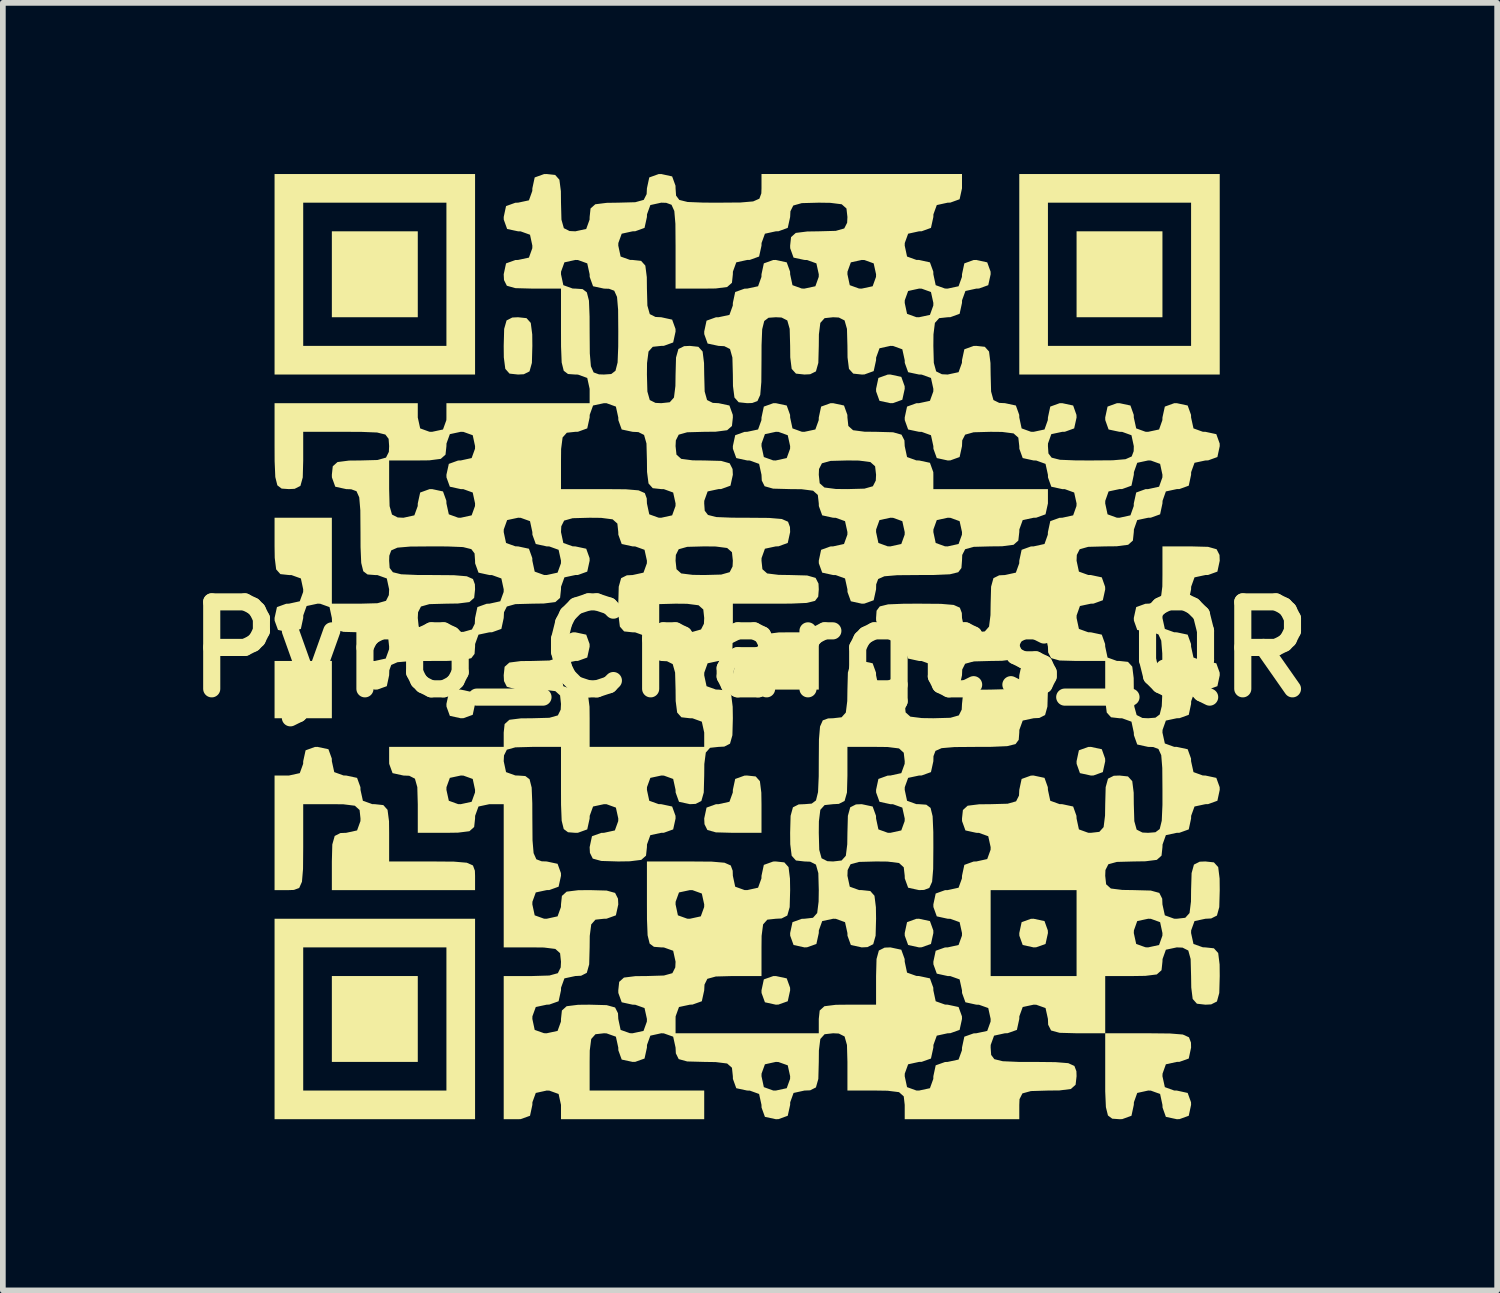
<source format=kicad_pcb>
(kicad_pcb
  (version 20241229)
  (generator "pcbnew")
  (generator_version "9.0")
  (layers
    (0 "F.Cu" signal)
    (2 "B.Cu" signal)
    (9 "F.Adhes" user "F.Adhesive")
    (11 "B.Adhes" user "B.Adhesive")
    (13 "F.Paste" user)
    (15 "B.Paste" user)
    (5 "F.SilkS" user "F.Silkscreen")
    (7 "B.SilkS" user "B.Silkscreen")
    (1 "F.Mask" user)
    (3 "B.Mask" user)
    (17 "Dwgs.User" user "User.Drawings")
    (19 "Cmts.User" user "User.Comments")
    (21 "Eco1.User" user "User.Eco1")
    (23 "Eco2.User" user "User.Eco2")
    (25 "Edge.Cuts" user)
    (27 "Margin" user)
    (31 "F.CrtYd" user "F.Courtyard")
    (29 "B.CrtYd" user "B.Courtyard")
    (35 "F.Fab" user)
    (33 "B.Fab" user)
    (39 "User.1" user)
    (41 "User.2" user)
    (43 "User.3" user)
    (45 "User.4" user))
  (footprint "Pyro_Charges_QR"
    (layer "F.Cu")
    (at 10.095 8.333)
    (property "Reference" "Pyro_Charges_QR" (at 0 0 0) (layer "F.SilkS") (effects (font (size 1.524 1.524) (thickness 0.3))))
    (attr board_only exclude_from_pos_files exclude_from_bom)
    (fp_poly (pts (xy -7.329 1.205) (xy -8.333 1.205) (xy -8.333 0.201) (xy -7.329 0.201)) (stroke (width 0) (type solid)) (fill yes) (layer "F.SilkS"))
    (fp_poly (pts (xy -5.823 -5.823) (xy -7.329 -5.823) (xy -7.329 -7.329) (xy -5.823 -7.329)) (stroke (width 0) (type solid)) (fill yes) (layer "F.SilkS"))
    (fp_poly (pts (xy -5.823 7.228) (xy -7.329 7.228) (xy -7.329 5.723) (xy -5.823 5.723)) (stroke (width 0) (type solid)) (fill yes) (layer "F.SilkS"))
    (fp_poly (pts (xy 7.228 -5.823) (xy 5.723 -5.823) (xy 5.723 -7.329) (xy 7.228 -7.329)) (stroke (width 0) (type solid)) (fill yes) (layer "F.SilkS"))
    (fp_poly (pts (xy -4.819 -4.819) (xy -8.333 -4.819) (xy -8.333 -5.321) (xy -7.831 -5.321) (xy -5.321 -5.321) (xy -5.321 -7.831) (xy -7.831 -7.831) (xy -7.831 -5.321) (xy -8.333 -5.321) (xy -8.333 -8.333) (xy -4.819 -8.333)) (stroke (width 0) (type solid)) (fill yes) (layer "F.SilkS"))
    (fp_poly (pts (xy -4.819 8.232) (xy -8.333 8.232) (xy -8.333 7.73) (xy -7.831 7.73) (xy -5.321 7.73) (xy -5.321 5.221) (xy -7.831 5.221) (xy -7.831 7.73) (xy -8.333 7.73) (xy -8.333 4.719) (xy -4.819 4.719)) (stroke (width 0) (type solid)) (fill yes) (layer "F.SilkS"))
    (fp_poly (pts (xy 8.232 -4.819) (xy 4.719 -4.819) (xy 4.719 -5.321) (xy 5.221 -5.321) (xy 7.73 -5.321) (xy 7.73 -7.831) (xy 5.221 -7.831) (xy 5.221 -5.321) (xy 4.719 -5.321) (xy 4.719 -8.333) (xy 8.232 -8.333)) (stroke (width 0) (type solid)) (fill yes) (layer "F.SilkS"))
    (fp_poly (pts (xy -4.879 0.744) (xy -4.82 0.908) (xy -4.819 0.954) (xy -4.86 1.145) (xy -5.024 1.204) (xy -5.07 1.205) (xy -5.261 1.163) (xy -5.32 1) (xy -5.321 0.954) (xy -5.279 0.763) (xy -5.116 0.704) (xy -5.07 0.703)) (stroke (width 0) (type solid)) (fill yes) (layer "F.SilkS"))
    (fp_poly (pts (xy 0.643 5.764) (xy 0.702 5.927) (xy 0.703 5.974) (xy 0.661 6.165) (xy 0.498 6.223) (xy 0.452 6.225) (xy 0.261 6.183) (xy 0.202 6.02) (xy 0.201 5.974) (xy 0.242 5.782) (xy 0.406 5.724) (xy 0.452 5.723)) (stroke (width 0) (type solid)) (fill yes) (layer "F.SilkS"))
    (fp_poly (pts (xy 2.651 -4.778) (xy 2.71 -4.614) (xy 2.711 -4.568) (xy 2.669 -4.377) (xy 2.506 -4.318) (xy 2.46 -4.317) (xy 2.269 -4.358) (xy 2.21 -4.522) (xy 2.209 -4.568) (xy 2.25 -4.759) (xy 2.413 -4.818) (xy 2.46 -4.819)) (stroke (width 0) (type solid)) (fill yes) (layer "F.SilkS"))
    (fp_poly (pts (xy 3.153 4.76) (xy 3.212 4.923) (xy 3.213 4.97) (xy 3.171 5.161) (xy 3.008 5.219) (xy 2.962 5.221) (xy 2.771 5.179) (xy 2.712 5.016) (xy 2.711 4.97) (xy 2.752 4.779) (xy 2.915 4.72) (xy 2.962 4.719)) (stroke (width 0) (type solid)) (fill yes) (layer "F.SilkS"))
    (fp_poly (pts (xy 5.161 4.76) (xy 5.219 4.923) (xy 5.221 4.97) (xy 5.179 5.161) (xy 5.016 5.219) (xy 4.97 5.221) (xy 4.779 5.179) (xy 4.72 5.016) (xy 4.719 4.97) (xy 4.76 4.779) (xy 4.923 4.72) (xy 4.97 4.719)) (stroke (width 0) (type solid)) (fill yes) (layer "F.SilkS"))
    (fp_poly (pts (xy 6.165 1.748) (xy 6.223 1.911) (xy 6.225 1.958) (xy 6.183 2.149) (xy 6.02 2.208) (xy 5.974 2.209) (xy 5.782 2.167) (xy 5.724 2.004) (xy 5.723 1.958) (xy 5.764 1.767) (xy 5.927 1.708) (xy 5.974 1.707)) (stroke (width 0) (type solid)) (fill yes) (layer "F.SilkS"))
    (fp_poly (pts (xy -3.917 -5.807) (xy -3.843 -5.724) (xy -3.817 -5.522) (xy -3.815 -5.321) (xy -3.823 -5.023) (xy -3.865 -4.874) (xy -3.965 -4.824) (xy -4.066 -4.819) (xy -4.215 -4.835) (xy -4.289 -4.918) (xy -4.315 -5.119) (xy -4.317 -5.321) (xy -4.309 -5.619) (xy -4.267 -5.767) (xy -4.167 -5.818) (xy -4.066 -5.823)) (stroke (width 0) (type solid)) (fill yes) (layer "F.SilkS"))
    (fp_poly (pts (xy 1.205 0.703) (xy 0.452 0.703) (xy 0.069 0.7) (xy -0.156 0.681) (xy -0.264 0.632) (xy -0.298 0.54) (xy -0.301 0.452) (xy -0.26 0.261) (xy -0.096 0.202) (xy -0.05 0.201) (xy 0.141 0.159) (xy 0.2 -0.004) (xy 0.201 -0.05) (xy 0.217 -0.199) (xy 0.3 -0.273) (xy 0.501 -0.299) (xy 0.703 -0.301) (xy 1.205 -0.301)) (stroke (width 0) (type solid)) (fill yes) (layer "F.SilkS"))
    (fp_poly (pts (xy 0.099 2.225) (xy 0.173 2.308) (xy 0.198 2.509) (xy 0.201 2.711) (xy 0.201 3.213) (xy -0.301 3.213) (xy -0.599 3.205) (xy -0.748 3.163) (xy -0.798 3.062) (xy -0.803 2.962) (xy -0.762 2.771) (xy -0.598 2.712) (xy -0.552 2.711) (xy -0.361 2.669) (xy -0.302 2.506) (xy -0.301 2.46) (xy -0.26 2.269) (xy -0.096 2.21) (xy -0.05 2.209)) (stroke (width 0) (type solid)) (fill yes) (layer "F.SilkS"))
    (fp_poly (pts (xy 7.36 6.73) (xy 7.585 6.748) (xy 7.693 6.797) (xy 7.728 6.889) (xy 7.73 6.977) (xy 7.689 7.169) (xy 7.526 7.227) (xy 7.479 7.228) (xy 7.288 7.27) (xy 7.23 7.433) (xy 7.228 7.479) (xy 7.27 7.67) (xy 7.433 7.729) (xy 7.479 7.73) (xy 7.67 7.772) (xy 7.729 7.935) (xy 7.73 7.981) (xy 7.689 8.172) (xy 7.526 8.231) (xy 7.479 8.232) (xy 7.288 8.191) (xy 7.23 8.028) (xy 7.228 7.981) (xy 7.187 7.79) (xy 7.024 7.731) (xy 6.977 7.73) (xy 6.786 7.772) (xy 6.728 7.935) (xy 6.726 7.981) (xy 6.685 8.172) (xy 6.522 8.231) (xy 6.475 8.232) (xy 6.348 8.223) (xy 6.273 8.167) (xy 6.237 8.021) (xy 6.225 7.744) (xy 6.225 7.479) (xy 6.225 6.726) (xy 6.977 6.726)) (stroke (width 0) (type solid)) (fill yes) (layer "F.SilkS"))
    (fp_poly (pts (xy -7.389 1.748) (xy -7.33 1.911) (xy -7.329 1.958) (xy -7.287 2.149) (xy -7.124 2.208) (xy -7.078 2.209) (xy -6.887 2.25) (xy -6.828 2.413) (xy -6.827 2.46) (xy -6.785 2.651) (xy -6.622 2.71) (xy -6.576 2.711) (xy -6.427 2.727) (xy -6.353 2.81) (xy -6.327 3.011) (xy -6.325 3.213) (xy -6.325 3.715) (xy -5.572 3.715) (xy -5.189 3.718) (xy -4.964 3.737) (xy -4.856 3.785) (xy -4.822 3.877) (xy -4.819 3.966) (xy -4.819 4.217) (xy -7.329 4.217) (xy -7.329 3.715) (xy -7.321 3.417) (xy -7.279 3.268) (xy -7.179 3.217) (xy -7.078 3.213) (xy -6.887 3.171) (xy -6.828 3.008) (xy -6.827 2.962) (xy -6.843 2.813) (xy -6.926 2.738) (xy -7.127 2.713) (xy -7.329 2.711) (xy -7.831 2.711) (xy -7.831 3.464) (xy -7.834 3.847) (xy -7.853 4.071) (xy -7.901 4.179) (xy -7.994 4.214) (xy -8.082 4.217) (xy -8.333 4.217) (xy -8.333 2.209) (xy -8.082 2.209) (xy -7.891 2.167) (xy -7.832 2.004) (xy -7.831 1.958) (xy -7.789 1.767) (xy -7.626 1.708) (xy -7.58 1.707)) (stroke (width 0) (type solid)) (fill yes) (layer "F.SilkS"))
    (fp_poly (pts (xy 1.647 -4.276) (xy 1.706 -4.112) (xy 1.707 -4.066) (xy 1.723 -3.917) (xy 1.806 -3.843) (xy 2.007 -3.817) (xy 2.209 -3.815) (xy 2.507 -3.807) (xy 2.655 -3.765) (xy 2.706 -3.665) (xy 2.711 -3.564) (xy 2.752 -3.373) (xy 2.915 -3.314) (xy 2.962 -3.313) (xy 3.153 -3.272) (xy 3.212 -3.108) (xy 3.213 -3.062) (xy 3.213 -2.811) (xy 5.221 -2.811) (xy 5.221 -2.56) (xy 5.179 -2.369) (xy 5.016 -2.31) (xy 4.97 -2.309) (xy 4.779 -2.268) (xy 4.72 -2.104) (xy 4.719 -2.058) (xy 4.702 -1.909) (xy 4.619 -1.835) (xy 4.418 -1.809) (xy 4.217 -1.807) (xy 3.919 -1.799) (xy 3.77 -1.757) (xy 3.719 -1.657) (xy 3.715 -1.556) (xy 3.705 -1.428) (xy 3.649 -1.354) (xy 3.503 -1.318) (xy 3.226 -1.306) (xy 2.962 -1.305) (xy 2.579 -1.302) (xy 2.354 -1.283) (xy 2.246 -1.235) (xy 2.211 -1.142) (xy 2.209 -1.054) (xy 2.167 -0.863) (xy 2.004 -0.804) (xy 1.958 -0.803) (xy 1.767 -0.845) (xy 1.708 -1.008) (xy 1.707 -1.054) (xy 1.665 -1.245) (xy 1.502 -1.304) (xy 1.456 -1.305) (xy 1.265 -1.347) (xy 1.206 -1.51) (xy 1.205 -1.556) (xy 1.246 -1.747) (xy 1.409 -1.806) (xy 1.456 -1.807) (xy 1.647 -1.849) (xy 1.706 -2.012) (xy 1.707 -2.058) (xy 2.209 -2.058) (xy 2.25 -1.867) (xy 2.413 -1.808) (xy 2.46 -1.807) (xy 2.651 -1.849) (xy 2.71 -2.012) (xy 2.711 -2.058) (xy 3.213 -2.058) (xy 3.254 -1.867) (xy 3.417 -1.808) (xy 3.464 -1.807) (xy 3.655 -1.849) (xy 3.714 -2.012) (xy 3.715 -2.058) (xy 3.673 -2.249) (xy 3.51 -2.308) (xy 3.464 -2.309) (xy 3.273 -2.268) (xy 3.214 -2.104) (xy 3.213 -2.058) (xy 2.711 -2.058) (xy 2.669 -2.249) (xy 2.506 -2.308) (xy 2.46 -2.309) (xy 2.269 -2.268) (xy 2.21 -2.104) (xy 2.209 -2.058) (xy 1.707 -2.058) (xy 1.665 -2.249) (xy 1.502 -2.308) (xy 1.456 -2.309) (xy 1.265 -2.351) (xy 1.206 -2.514) (xy 1.205 -2.56) (xy 1.188 -2.709) (xy 1.105 -2.783) (xy 0.904 -2.809) (xy 0.703 -2.811) (xy 0.405 -2.819) (xy 0.256 -2.861) (xy 0.206 -2.961) (xy 0.201 -3.062) (xy 1.205 -3.062) (xy 1.221 -2.913) (xy 1.304 -2.839) (xy 1.505 -2.813) (xy 1.707 -2.811) (xy 2.005 -2.819) (xy 2.153 -2.861) (xy 2.204 -2.961) (xy 2.209 -3.062) (xy 2.192 -3.211) (xy 2.109 -3.285) (xy 1.908 -3.311) (xy 1.707 -3.313) (xy 1.409 -3.305) (xy 1.26 -3.263) (xy 1.209 -3.163) (xy 1.205 -3.062) (xy 0.201 -3.062) (xy 0.159 -3.253) (xy -0.004 -3.312) (xy -0.05 -3.313) (xy -0.241 -3.355) (xy -0.3 -3.518) (xy -0.301 -3.564) (xy 0.201 -3.564) (xy 0.242 -3.373) (xy 0.406 -3.314) (xy 0.452 -3.313) (xy 0.643 -3.355) (xy 0.702 -3.518) (xy 0.703 -3.564) (xy 0.661 -3.755) (xy 0.498 -3.814) (xy 0.452 -3.815) (xy 0.261 -3.774) (xy 0.202 -3.61) (xy 0.201 -3.564) (xy -0.301 -3.564) (xy -0.26 -3.755) (xy -0.096 -3.814) (xy -0.05 -3.815) (xy 0.141 -3.856) (xy 0.2 -4.02) (xy 0.201 -4.066) (xy 0.242 -4.257) (xy 0.406 -4.316) (xy 0.452 -4.317) (xy 0.643 -4.276) (xy 0.702 -4.112) (xy 0.703 -4.066) (xy 0.744 -3.875) (xy 0.908 -3.816) (xy 0.954 -3.815) (xy 1.145 -3.856) (xy 1.204 -4.02) (xy 1.205 -4.066) (xy 1.246 -4.257) (xy 1.409 -4.316) (xy 1.456 -4.317)) (stroke (width 0) (type solid)) (fill yes) (layer "F.SilkS"))
    (fp_poly (pts (xy 5.119 0.217) (xy 5.193 0.3) (xy 5.218 0.501) (xy 5.221 0.703) (xy 5.212 1.001) (xy 5.171 1.149) (xy 5.07 1.2) (xy 4.97 1.205) (xy 4.779 1.246) (xy 4.72 1.409) (xy 4.719 1.456) (xy 4.709 1.583) (xy 4.653 1.658) (xy 4.507 1.694) (xy 4.23 1.706) (xy 3.966 1.707) (xy 3.583 1.71) (xy 3.358 1.729) (xy 3.25 1.777) (xy 3.215 1.87) (xy 3.213 1.958) (xy 3.171 2.149) (xy 3.008 2.208) (xy 2.962 2.209) (xy 2.771 2.25) (xy 2.712 2.413) (xy 2.711 2.46) (xy 2.752 2.651) (xy 2.915 2.71) (xy 2.962 2.711) (xy 3.089 2.72) (xy 3.164 2.776) (xy 3.2 2.922) (xy 3.212 3.199) (xy 3.213 3.464) (xy 3.21 3.847) (xy 3.191 4.071) (xy 3.142 4.179) (xy 3.05 4.214) (xy 2.962 4.217) (xy 2.771 4.175) (xy 2.712 4.012) (xy 2.711 3.966) (xy 2.694 3.817) (xy 2.611 3.742) (xy 2.41 3.717) (xy 2.209 3.715) (xy 1.911 3.723) (xy 1.762 3.764) (xy 1.711 3.865) (xy 1.707 3.966) (xy 1.748 4.157) (xy 1.911 4.216) (xy 1.958 4.217) (xy 2.107 4.233) (xy 2.181 4.316) (xy 2.206 4.517) (xy 2.209 4.719) (xy 2.201 5.016) (xy 2.159 5.165) (xy 2.058 5.216) (xy 1.958 5.221) (xy 1.767 5.179) (xy 1.708 5.016) (xy 1.707 4.97) (xy 1.665 4.779) (xy 1.502 4.72) (xy 1.456 4.719) (xy 1.265 4.76) (xy 1.206 4.923) (xy 1.205 4.97) (xy 1.163 5.161) (xy 1 5.219) (xy 0.954 5.221) (xy 0.763 5.179) (xy 0.704 5.016) (xy 0.703 4.97) (xy 0.744 4.779) (xy 0.908 4.72) (xy 0.954 4.719) (xy 1.103 4.702) (xy 1.177 4.619) (xy 1.202 4.418) (xy 1.205 4.217) (xy 1.197 3.919) (xy 1.155 3.77) (xy 1.054 3.719) (xy 0.954 3.715) (xy 0.805 3.698) (xy 0.73 3.615) (xy 0.705 3.414) (xy 0.703 3.213) (xy 1.205 3.213) (xy 1.213 3.511) (xy 1.254 3.659) (xy 1.355 3.71) (xy 1.456 3.715) (xy 1.605 3.698) (xy 1.679 3.615) (xy 1.704 3.414) (xy 1.707 3.213) (xy 1.715 2.915) (xy 1.756 2.766) (xy 1.857 2.715) (xy 1.958 2.711) (xy 2.149 2.752) (xy 2.208 2.915) (xy 2.209 2.962) (xy 2.25 3.153) (xy 2.413 3.212) (xy 2.46 3.213) (xy 2.651 3.171) (xy 2.71 3.008) (xy 2.711 2.962) (xy 2.669 2.771) (xy 2.506 2.712) (xy 2.46 2.711) (xy 2.269 2.669) (xy 2.21 2.506) (xy 2.209 2.46) (xy 2.25 2.269) (xy 2.413 2.21) (xy 2.46 2.209) (xy 2.651 2.167) (xy 2.71 2.004) (xy 2.711 1.958) (xy 2.694 1.809) (xy 2.611 1.734) (xy 2.41 1.709) (xy 2.209 1.707) (xy 1.707 1.707) (xy 1.707 2.209) (xy 1.699 2.507) (xy 1.657 2.655) (xy 1.556 2.706) (xy 1.456 2.711) (xy 1.307 2.727) (xy 1.232 2.81) (xy 1.207 3.011) (xy 1.205 3.213) (xy 0.703 3.213) (xy 0.711 2.915) (xy 0.752 2.766) (xy 0.853 2.715) (xy 0.954 2.711) (xy 1.081 2.701) (xy 1.156 2.645) (xy 1.192 2.499) (xy 1.204 2.222) (xy 1.205 1.958) (xy 1.208 1.575) (xy 1.227 1.35) (xy 1.275 1.242) (xy 1.368 1.208) (xy 1.456 1.205) (xy 1.605 1.188) (xy 1.679 1.105) (xy 1.704 0.904) (xy 1.707 0.703) (xy 1.715 0.405) (xy 1.756 0.256) (xy 1.857 0.206) (xy 1.958 0.201) (xy 2.149 0.242) (xy 2.208 0.406) (xy 2.209 0.452) (xy 2.25 0.643) (xy 2.413 0.702) (xy 2.46 0.703) (xy 2.651 0.744) (xy 2.71 0.908) (xy 2.711 0.954) (xy 2.727 1.103) (xy 2.81 1.177) (xy 3.011 1.202) (xy 3.213 1.205) (xy 3.511 1.197) (xy 3.659 1.155) (xy 3.71 1.054) (xy 3.715 0.954) (xy 3.731 0.805) (xy 3.814 0.73) (xy 4.015 0.705) (xy 4.217 0.703) (xy 4.515 0.695) (xy 4.663 0.653) (xy 4.714 0.553) (xy 4.719 0.452) (xy 4.76 0.261) (xy 4.923 0.202) (xy 4.97 0.201)) (stroke (width 0) (type solid)) (fill yes) (layer "F.SilkS"))
    (fp_poly (pts (xy 3.715 -8.082) (xy 3.673 -7.891) (xy 3.51 -7.832) (xy 3.464 -7.831) (xy 3.273 -7.789) (xy 3.214 -7.626) (xy 3.213 -7.58) (xy 3.171 -7.389) (xy 3.008 -7.33) (xy 2.962 -7.329) (xy 2.771 -7.287) (xy 2.712 -7.124) (xy 2.711 -7.078) (xy 2.752 -6.887) (xy 2.915 -6.828) (xy 2.962 -6.827) (xy 3.153 -6.785) (xy 3.212 -6.622) (xy 3.213 -6.576) (xy 3.254 -6.385) (xy 3.417 -6.326) (xy 3.464 -6.325) (xy 3.655 -6.366) (xy 3.714 -6.53) (xy 3.715 -6.576) (xy 3.756 -6.767) (xy 3.919 -6.826) (xy 3.966 -6.827) (xy 4.157 -6.785) (xy 4.216 -6.622) (xy 4.217 -6.576) (xy 4.175 -6.385) (xy 4.012 -6.326) (xy 3.966 -6.325) (xy 3.775 -6.283) (xy 3.716 -6.12) (xy 3.715 -6.074) (xy 3.673 -5.883) (xy 3.51 -5.824) (xy 3.464 -5.823) (xy 3.315 -5.807) (xy 3.24 -5.724) (xy 3.215 -5.522) (xy 3.213 -5.321) (xy 3.221 -5.023) (xy 3.262 -4.874) (xy 3.363 -4.824) (xy 3.464 -4.819) (xy 3.655 -4.86) (xy 3.714 -5.024) (xy 3.715 -5.07) (xy 3.756 -5.261) (xy 3.919 -5.32) (xy 3.966 -5.321) (xy 4.115 -5.305) (xy 4.189 -5.222) (xy 4.214 -5.02) (xy 4.217 -4.819) (xy 4.225 -4.521) (xy 4.266 -4.372) (xy 4.367 -4.322) (xy 4.468 -4.317) (xy 4.659 -4.276) (xy 4.718 -4.112) (xy 4.719 -4.066) (xy 4.76 -3.875) (xy 4.923 -3.816) (xy 4.97 -3.815) (xy 5.161 -3.856) (xy 5.219 -4.02) (xy 5.221 -4.066) (xy 5.262 -4.257) (xy 5.425 -4.316) (xy 5.472 -4.317) (xy 5.663 -4.276) (xy 5.721 -4.112) (xy 5.723 -4.066) (xy 5.681 -3.875) (xy 5.518 -3.816) (xy 5.472 -3.815) (xy 5.28 -3.774) (xy 5.222 -3.61) (xy 5.221 -3.564) (xy 5.23 -3.436) (xy 5.286 -3.362) (xy 5.432 -3.325) (xy 5.709 -3.314) (xy 5.974 -3.313) (xy 6.357 -3.316) (xy 6.581 -3.335) (xy 6.689 -3.383) (xy 6.724 -3.476) (xy 6.726 -3.564) (xy 6.685 -3.755) (xy 6.522 -3.814) (xy 6.475 -3.815) (xy 6.284 -3.856) (xy 6.226 -4.02) (xy 6.225 -4.066) (xy 6.266 -4.257) (xy 6.429 -4.316) (xy 6.475 -4.317) (xy 6.667 -4.276) (xy 6.725 -4.112) (xy 6.726 -4.066) (xy 6.768 -3.875) (xy 6.931 -3.816) (xy 6.977 -3.815) (xy 7.169 -3.856) (xy 7.227 -4.02) (xy 7.228 -4.066) (xy 7.27 -4.257) (xy 7.433 -4.316) (xy 7.479 -4.317) (xy 7.67 -4.276) (xy 7.729 -4.112) (xy 7.73 -4.066) (xy 7.772 -3.875) (xy 7.935 -3.816) (xy 7.981 -3.815) (xy 8.172 -3.774) (xy 8.231 -3.61) (xy 8.232 -3.564) (xy 8.191 -3.373) (xy 8.028 -3.314) (xy 7.981 -3.313) (xy 7.79 -3.272) (xy 7.731 -3.108) (xy 7.73 -3.062) (xy 7.689 -2.871) (xy 7.526 -2.812) (xy 7.479 -2.811) (xy 7.288 -2.77) (xy 7.23 -2.606) (xy 7.228 -2.56) (xy 7.187 -2.369) (xy 7.024 -2.31) (xy 6.977 -2.309) (xy 6.786 -2.268) (xy 6.728 -2.104) (xy 6.726 -2.058) (xy 6.71 -1.909) (xy 6.627 -1.835) (xy 6.426 -1.809) (xy 6.225 -1.807) (xy 5.927 -1.799) (xy 5.778 -1.757) (xy 5.727 -1.657) (xy 5.723 -1.556) (xy 5.764 -1.365) (xy 5.927 -1.306) (xy 5.974 -1.305) (xy 6.165 -1.264) (xy 6.223 -1.1) (xy 6.225 -1.054) (xy 6.183 -0.863) (xy 6.02 -0.804) (xy 5.974 -0.803) (xy 5.782 -0.762) (xy 5.724 -0.598) (xy 5.723 -0.552) (xy 5.764 -0.361) (xy 5.927 -0.302) (xy 5.974 -0.301) (xy 6.165 -0.26) (xy 6.223 -0.096) (xy 6.225 -0.05) (xy 6.266 0.141) (xy 6.429 0.2) (xy 6.475 0.201) (xy 6.624 0.217) (xy 6.699 0.3) (xy 6.724 0.501) (xy 6.726 0.703) (xy 6.735 1.001) (xy 6.776 1.149) (xy 6.877 1.2) (xy 6.977 1.205) (xy 7.105 1.195) (xy 7.18 1.139) (xy 7.216 0.993) (xy 7.228 0.716) (xy 7.228 0.452) (xy 7.225 0.069) (xy 7.207 -0.156) (xy 7.158 -0.264) (xy 7.066 -0.298) (xy 6.977 -0.301) (xy 6.786 -0.343) (xy 6.728 -0.506) (xy 6.726 -0.552) (xy 6.768 -0.743) (xy 6.931 -0.802) (xy 6.977 -0.803) (xy 7.126 -0.819) (xy 7.201 -0.902) (xy 7.226 -1.104) (xy 7.228 -1.305) (xy 7.228 -1.807) (xy 7.73 -1.807) (xy 8.028 -1.799) (xy 8.177 -1.757) (xy 8.228 -1.657) (xy 8.232 -1.556) (xy 8.191 -1.365) (xy 8.028 -1.306) (xy 7.981 -1.305) (xy 7.79 -1.264) (xy 7.731 -1.1) (xy 7.73 -1.054) (xy 7.689 -0.863) (xy 7.526 -0.804) (xy 7.479 -0.803) (xy 7.288 -0.762) (xy 7.23 -0.598) (xy 7.228 -0.552) (xy 7.27 -0.361) (xy 7.433 -0.302) (xy 7.479 -0.301) (xy 7.67 -0.26) (xy 7.729 -0.096) (xy 7.73 -0.05) (xy 7.772 0.141) (xy 7.935 0.2) (xy 7.981 0.201) (xy 8.172 0.242) (xy 8.231 0.406) (xy 8.232 0.452) (xy 8.191 0.643) (xy 8.028 0.702) (xy 7.981 0.703) (xy 7.79 0.744) (xy 7.731 0.908) (xy 7.73 0.954) (xy 7.689 1.145) (xy 7.526 1.204) (xy 7.479 1.205) (xy 7.288 1.246) (xy 7.23 1.409) (xy 7.228 1.456) (xy 7.27 1.647) (xy 7.433 1.706) (xy 7.479 1.707) (xy 7.67 1.748) (xy 7.729 1.911) (xy 7.73 1.958) (xy 7.772 2.149) (xy 7.935 2.208) (xy 7.981 2.209) (xy 8.172 2.25) (xy 8.231 2.413) (xy 8.232 2.46) (xy 8.191 2.651) (xy 8.028 2.71) (xy 7.981 2.711) (xy 7.79 2.752) (xy 7.731 2.915) (xy 7.73 2.962) (xy 7.689 3.153) (xy 7.526 3.212) (xy 7.479 3.213) (xy 7.288 3.254) (xy 7.23 3.417) (xy 7.228 3.464) (xy 7.212 3.613) (xy 7.129 3.687) (xy 6.928 3.712) (xy 6.726 3.715) (xy 6.429 3.723) (xy 6.28 3.764) (xy 6.229 3.865) (xy 6.225 3.966) (xy 6.241 4.115) (xy 6.324 4.189) (xy 6.525 4.214) (xy 6.726 4.217) (xy 7.024 4.225) (xy 7.173 4.266) (xy 7.224 4.367) (xy 7.228 4.468) (xy 7.27 4.659) (xy 7.433 4.718) (xy 7.479 4.719) (xy 7.628 4.702) (xy 7.703 4.619) (xy 7.728 4.418) (xy 7.73 4.217) (xy 7.739 3.919) (xy 7.78 3.77) (xy 7.881 3.719) (xy 7.981 3.715) (xy 8.13 3.731) (xy 8.205 3.814) (xy 8.23 4.015) (xy 8.232 4.217) (xy 8.224 4.515) (xy 8.183 4.663) (xy 8.082 4.714) (xy 7.981 4.719) (xy 7.79 4.76) (xy 7.731 4.923) (xy 7.73 4.97) (xy 7.772 5.161) (xy 7.935 5.219) (xy 7.981 5.221) (xy 8.13 5.237) (xy 8.205 5.32) (xy 8.23 5.521) (xy 8.232 5.723) (xy 8.224 6.02) (xy 8.183 6.169) (xy 8.082 6.22) (xy 7.981 6.225) (xy 7.832 6.208) (xy 7.758 6.125) (xy 7.733 5.924) (xy 7.73 5.723) (xy 7.722 5.425) (xy 7.681 5.276) (xy 7.58 5.225) (xy 7.479 5.221) (xy 7.288 5.262) (xy 7.23 5.425) (xy 7.228 5.472) (xy 7.212 5.621) (xy 7.129 5.695) (xy 6.928 5.72) (xy 6.726 5.723) (xy 6.225 5.723) (xy 6.225 6.726) (xy 5.723 6.726) (xy 5.425 6.718) (xy 5.276 6.677) (xy 5.225 6.576) (xy 5.221 6.475) (xy 5.179 6.284) (xy 5.016 6.226) (xy 4.97 6.225) (xy 4.779 6.266) (xy 4.72 6.429) (xy 4.719 6.475) (xy 4.677 6.667) (xy 4.514 6.725) (xy 4.468 6.726) (xy 4.277 6.768) (xy 4.218 6.931) (xy 4.217 6.977) (xy 4.226 7.105) (xy 4.282 7.18) (xy 4.428 7.216) (xy 4.705 7.228) (xy 4.97 7.228) (xy 5.353 7.232) (xy 5.577 7.25) (xy 5.685 7.299) (xy 5.72 7.391) (xy 5.723 7.479) (xy 5.706 7.628) (xy 5.623 7.703) (xy 5.422 7.728) (xy 5.221 7.73) (xy 4.923 7.739) (xy 4.774 7.78) (xy 4.723 7.881) (xy 4.719 7.981) (xy 4.719 8.232) (xy 2.711 8.232) (xy 2.711 7.981) (xy 2.694 7.832) (xy 2.611 7.758) (xy 2.41 7.733) (xy 2.209 7.73) (xy 1.707 7.73) (xy 1.707 7.228) (xy 1.699 6.931) (xy 1.657 6.782) (xy 1.556 6.731) (xy 1.456 6.726) (xy 1.307 6.743) (xy 1.232 6.826) (xy 1.207 7.027) (xy 1.205 7.228) (xy 1.197 7.526) (xy 1.155 7.675) (xy 1.054 7.726) (xy 0.954 7.73) (xy 0.763 7.772) (xy 0.704 7.935) (xy 0.703 7.981) (xy 0.661 8.172) (xy 0.498 8.231) (xy 0.452 8.232) (xy 0.261 8.191) (xy 0.202 8.028) (xy 0.201 7.981) (xy 0.159 7.79) (xy -0.004 7.731) (xy -0.05 7.73) (xy -0.241 7.689) (xy -0.3 7.526) (xy -0.301 7.479) (xy 0.201 7.479) (xy 0.242 7.67) (xy 0.406 7.729) (xy 0.452 7.73) (xy 0.643 7.689) (xy 0.702 7.526) (xy 0.703 7.479) (xy 0.661 7.288) (xy 0.498 7.23) (xy 0.452 7.228) (xy 0.261 7.27) (xy 0.202 7.433) (xy 0.201 7.479) (xy -0.301 7.479) (xy -0.317 7.33) (xy -0.401 7.256) (xy -0.602 7.231) (xy -0.803 7.228) (xy -1.101 7.22) (xy -1.25 7.179) (xy -1.3 7.078) (xy -1.305 6.977) (xy -1.347 6.786) (xy -1.51 6.728) (xy -1.556 6.726) (xy -1.747 6.768) (xy -1.806 6.931) (xy -1.807 6.977) (xy -1.849 7.169) (xy -2.012 7.227) (xy -2.058 7.228) (xy -2.249 7.187) (xy -2.308 7.024) (xy -2.309 6.977) (xy -2.351 6.786) (xy -2.514 6.728) (xy -2.56 6.726) (xy -2.709 6.743) (xy -2.783 6.826) (xy -2.809 7.027) (xy -2.811 7.228) (xy -2.811 7.73) (xy -0.803 7.73) (xy -0.803 8.232) (xy -3.313 8.232) (xy -3.313 7.981) (xy -3.355 7.79) (xy -3.518 7.731) (xy -3.564 7.73) (xy -3.755 7.772) (xy -3.814 7.935) (xy -3.815 7.981) (xy -3.856 8.172) (xy -4.02 8.231) (xy -4.066 8.232) (xy -4.317 8.232) (xy -4.317 5.723) (xy -3.815 5.723) (xy -3.517 5.714) (xy -3.368 5.673) (xy -3.318 5.572) (xy -3.313 5.472) (xy -3.329 5.323) (xy -3.412 5.248) (xy -3.614 5.223) (xy -3.815 5.221) (xy -4.317 5.221) (xy -4.317 2.711) (xy -4.568 2.711) (xy -4.759 2.752) (xy -4.818 2.915) (xy -4.819 2.962) (xy -4.835 3.111) (xy -4.918 3.185) (xy -5.119 3.21) (xy -5.321 3.213) (xy -5.823 3.213) (xy -5.823 2.711) (xy -5.83 2.46) (xy -5.321 2.46) (xy -5.279 2.651) (xy -5.116 2.71) (xy -5.07 2.711) (xy -4.879 2.669) (xy -4.82 2.506) (xy -4.819 2.46) (xy -4.86 2.269) (xy -5.024 2.21) (xy -5.07 2.209) (xy -5.261 2.25) (xy -5.32 2.413) (xy -5.321 2.46) (xy -5.83 2.46) (xy -5.831 2.413) (xy -5.873 2.264) (xy -5.973 2.213) (xy -6.074 2.209) (xy -6.265 2.167) (xy -6.324 2.004) (xy -6.325 1.958) (xy -4.317 1.958) (xy -4.276 2.149) (xy -4.112 2.208) (xy -4.066 2.209) (xy -3.938 2.218) (xy -3.864 2.274) (xy -3.827 2.42) (xy -3.816 2.697) (xy -3.815 2.962) (xy -3.812 3.345) (xy -3.793 3.569) (xy -3.745 3.677) (xy -3.652 3.712) (xy -3.564 3.715) (xy -3.373 3.756) (xy -3.314 3.919) (xy -3.313 3.966) (xy -3.355 4.157) (xy -3.518 4.216) (xy -3.564 4.217) (xy -3.755 4.258) (xy -3.814 4.421) (xy -3.815 4.468) (xy -3.774 4.659) (xy -3.61 4.718) (xy -3.564 4.719) (xy -3.373 4.677) (xy -3.314 4.514) (xy -3.313 4.468) (xy -3.297 4.319) (xy -3.214 4.244) (xy -3.013 4.219) (xy -2.811 4.217) (xy -2.513 4.225) (xy -2.365 4.266) (xy -2.314 4.367) (xy -2.309 4.468) (xy -2.351 4.659) (xy -2.514 4.718) (xy -2.56 4.719) (xy -2.709 4.735) (xy -2.783 4.818) (xy -2.809 5.019) (xy -2.811 5.221) (xy -2.819 5.518) (xy -2.861 5.667) (xy -2.961 5.718) (xy -3.062 5.723) (xy -3.253 5.764) (xy -3.312 5.927) (xy -3.313 5.974) (xy -3.355 6.165) (xy -3.518 6.223) (xy -3.564 6.225) (xy -3.755 6.266) (xy -3.814 6.429) (xy -3.815 6.475) (xy -3.774 6.667) (xy -3.61 6.725) (xy -3.564 6.726) (xy -3.373 6.685) (xy -3.314 6.522) (xy -3.313 6.475) (xy -3.297 6.327) (xy -3.214 6.252) (xy -3.013 6.227) (xy -2.811 6.225) (xy -2.513 6.233) (xy -2.365 6.274) (xy -2.314 6.375) (xy -2.309 6.475) (xy -2.268 6.667) (xy -2.104 6.725) (xy -2.058 6.726) (xy -1.867 6.685) (xy -1.808 6.522) (xy -1.807 6.475) (xy -1.849 6.284) (xy -2.012 6.226) (xy -2.058 6.225) (xy -2.249 6.183) (xy -2.308 6.02) (xy -2.309 5.974) (xy -2.293 5.825) (xy -2.21 5.75) (xy -2.009 5.725) (xy -1.807 5.723) (xy -1.509 5.714) (xy -1.361 5.673) (xy -1.31 5.572) (xy -1.305 5.472) (xy -1.347 5.28) (xy -1.51 5.222) (xy -1.556 5.221) (xy -1.684 5.211) (xy -1.759 5.155) (xy -1.795 5.009) (xy -1.806 4.732) (xy -1.807 4.468) (xy -1.305 4.468) (xy -1.264 4.659) (xy -1.1 4.718) (xy -1.054 4.719) (xy -0.863 4.677) (xy -0.804 4.514) (xy -0.803 4.468) (xy -0.845 4.277) (xy -1.008 4.218) (xy -1.054 4.217) (xy -1.245 4.258) (xy -1.304 4.421) (xy -1.305 4.468) (xy -1.807 4.468) (xy -1.807 3.715) (xy -1.054 3.715) (xy -0.671 3.718) (xy -0.447 3.737) (xy -0.338 3.785) (xy -0.304 3.877) (xy -0.301 3.966) (xy -0.26 4.157) (xy -0.096 4.216) (xy -0.05 4.217) (xy 0.141 4.175) (xy 0.2 4.012) (xy 0.201 3.966) (xy 0.242 3.775) (xy 0.406 3.716) (xy 0.452 3.715) (xy 0.601 3.731) (xy 0.675 3.814) (xy 0.7 4.015) (xy 0.703 4.217) (xy 0.695 4.515) (xy 0.653 4.663) (xy 0.553 4.714) (xy 0.452 4.719) (xy 0.303 4.735) (xy 0.229 4.818) (xy 0.203 5.019) (xy 0.201 5.221) (xy 0.201 5.723) (xy -0.301 5.723) (xy -0.599 5.731) (xy -0.748 5.772) (xy -0.798 5.873) (xy -0.803 5.974) (xy -0.845 6.165) (xy -1.008 6.223) (xy -1.054 6.225) (xy -1.245 6.266) (xy -1.304 6.429) (xy -1.305 6.475) (xy -1.305 6.726) (xy 1.205 6.726) (xy 1.205 6.475) (xy 1.221 6.327) (xy 1.304 6.252) (xy 1.505 6.227) (xy 1.707 6.225) (xy 2.209 6.225) (xy 2.209 5.723) (xy 2.217 5.425) (xy 2.258 5.276) (xy 2.359 5.225) (xy 2.46 5.221) (xy 2.651 5.262) (xy 2.71 5.425) (xy 2.711 5.472) (xy 2.752 5.663) (xy 2.915 5.721) (xy 2.962 5.723) (xy 3.153 5.764) (xy 3.212 5.927) (xy 3.213 5.974) (xy 3.254 6.165) (xy 3.417 6.223) (xy 3.464 6.225) (xy 3.655 6.266) (xy 3.714 6.429) (xy 3.715 6.475) (xy 3.673 6.667) (xy 3.51 6.725) (xy 3.464 6.726) (xy 3.273 6.768) (xy 3.214 6.931) (xy 3.213 6.977) (xy 3.171 7.169) (xy 3.008 7.227) (xy 2.962 7.228) (xy 2.771 7.27) (xy 2.712 7.433) (xy 2.711 7.479) (xy 2.752 7.67) (xy 2.915 7.729) (xy 2.962 7.73) (xy 3.153 7.689) (xy 3.212 7.526) (xy 3.213 7.479) (xy 3.254 7.288) (xy 3.417 7.23) (xy 3.464 7.228) (xy 3.655 7.187) (xy 3.714 7.024) (xy 3.715 6.977) (xy 3.756 6.786) (xy 3.919 6.728) (xy 3.966 6.726) (xy 4.157 6.685) (xy 4.216 6.522) (xy 4.217 6.475) (xy 4.175 6.284) (xy 4.012 6.226) (xy 3.966 6.225) (xy 3.775 6.183) (xy 3.716 6.02) (xy 3.715 5.974) (xy 3.673 5.782) (xy 3.51 5.724) (xy 3.464 5.723) (xy 4.217 5.723) (xy 5.723 5.723) (xy 5.723 4.97) (xy 6.726 4.97) (xy 6.768 5.161) (xy 6.931 5.219) (xy 6.977 5.221) (xy 7.169 5.179) (xy 7.227 5.016) (xy 7.228 4.97) (xy 7.187 4.779) (xy 7.024 4.72) (xy 6.977 4.719) (xy 6.786 4.76) (xy 6.728 4.923) (xy 6.726 4.97) (xy 5.723 4.97) (xy 5.723 4.217) (xy 4.217 4.217) (xy 4.217 5.723) (xy 3.464 5.723) (xy 3.273 5.681) (xy 3.214 5.518) (xy 3.213 5.472) (xy 3.254 5.28) (xy 3.417 5.222) (xy 3.464 5.221) (xy 3.655 5.179) (xy 3.714 5.016) (xy 3.715 4.97) (xy 3.673 4.779) (xy 3.51 4.72) (xy 3.464 4.719) (xy 3.273 4.677) (xy 3.214 4.514) (xy 3.213 4.468) (xy 3.254 4.277) (xy 3.417 4.218) (xy 3.464 4.217) (xy 3.655 4.175) (xy 3.714 4.012) (xy 3.715 3.966) (xy 3.756 3.775) (xy 3.919 3.716) (xy 3.966 3.715) (xy 4.157 3.673) (xy 4.216 3.51) (xy 4.217 3.464) (xy 4.175 3.273) (xy 4.012 3.214) (xy 3.966 3.213) (xy 3.775 3.171) (xy 3.716 3.008) (xy 3.715 2.962) (xy 3.731 2.813) (xy 3.814 2.738) (xy 4.015 2.713) (xy 4.217 2.711) (xy 4.515 2.703) (xy 4.663 2.661) (xy 4.714 2.56) (xy 4.719 2.46) (xy 4.76 2.269) (xy 4.923 2.21) (xy 4.97 2.209) (xy 5.161 2.25) (xy 5.219 2.413) (xy 5.221 2.46) (xy 5.262 2.651) (xy 5.425 2.71) (xy 5.472 2.711) (xy 5.663 2.752) (xy 5.721 2.915) (xy 5.723 2.962) (xy 5.764 3.153) (xy 5.927 3.212) (xy 5.974 3.213) (xy 6.122 3.196) (xy 6.197 3.113) (xy 6.222 2.912) (xy 6.225 2.711) (xy 6.233 2.413) (xy 6.274 2.264) (xy 6.375 2.213) (xy 6.475 2.209) (xy 6.624 2.225) (xy 6.699 2.308) (xy 6.724 2.509) (xy 6.726 2.711) (xy 6.735 3.009) (xy 6.776 3.157) (xy 6.877 3.208) (xy 6.977 3.213) (xy 7.105 3.203) (xy 7.18 3.147) (xy 7.216 3.001) (xy 7.228 2.724) (xy 7.228 2.46) (xy 7.225 2.077) (xy 7.207 1.852) (xy 7.158 1.744) (xy 7.066 1.709) (xy 6.977 1.707) (xy 6.786 1.665) (xy 6.728 1.502) (xy 6.726 1.456) (xy 6.685 1.265) (xy 6.522 1.206) (xy 6.475 1.205) (xy 6.327 1.188) (xy 6.252 1.105) (xy 6.227 0.904) (xy 6.225 0.703) (xy 6.225 0.201) (xy 5.723 0.201) (xy 5.425 0.193) (xy 5.276 0.151) (xy 5.225 0.051) (xy 5.221 -0.05) (xy 5.179 -0.241) (xy 5.016 -0.3) (xy 4.97 -0.301) (xy 4.779 -0.26) (xy 4.72 -0.096) (xy 4.719 -0.05) (xy 4.702 0.099) (xy 4.619 0.173) (xy 4.418 0.198) (xy 4.217 0.201) (xy 3.919 0.209) (xy 3.77 0.25) (xy 3.719 0.351) (xy 3.715 0.452) (xy 3.673 0.643) (xy 3.51 0.702) (xy 3.464 0.703) (xy 3.273 0.661) (xy 3.214 0.498) (xy 3.213 0.452) (xy 3.171 0.261) (xy 3.008 0.202) (xy 2.962 0.201) (xy 2.771 0.159) (xy 2.712 -0.004) (xy 2.711 -0.05) (xy 2.669 -0.241) (xy 2.506 -0.3) (xy 2.46 -0.301) (xy 2.269 -0.343) (xy 2.21 -0.506) (xy 2.209 -0.552) (xy 2.218 -0.68) (xy 2.274 -0.755) (xy 2.42 -0.791) (xy 2.697 -0.802) (xy 2.962 -0.803) (xy 3.345 -0.8) (xy 3.569 -0.781) (xy 3.677 -0.733) (xy 3.712 -0.64) (xy 3.715 -0.552) (xy 3.756 -0.361) (xy 3.919 -0.302) (xy 3.966 -0.301) (xy 4.115 -0.317) (xy 4.189 -0.401) (xy 4.214 -0.602) (xy 4.217 -0.803) (xy 4.225 -1.101) (xy 4.266 -1.25) (xy 4.367 -1.3) (xy 4.468 -1.305) (xy 4.659 -1.347) (xy 4.718 -1.51) (xy 4.719 -1.556) (xy 4.76 -1.747) (xy 4.923 -1.806) (xy 4.97 -1.807) (xy 5.161 -1.849) (xy 5.219 -2.012) (xy 5.221 -2.058) (xy 5.262 -2.249) (xy 5.425 -2.308) (xy 5.472 -2.309) (xy 5.663 -2.351) (xy 5.721 -2.514) (xy 5.723 -2.56) (xy 6.225 -2.56) (xy 6.266 -2.369) (xy 6.429 -2.31) (xy 6.475 -2.309) (xy 6.667 -2.351) (xy 6.725 -2.514) (xy 6.726 -2.56) (xy 6.768 -2.751) (xy 6.931 -2.81) (xy 6.977 -2.811) (xy 7.169 -2.853) (xy 7.227 -3.016) (xy 7.228 -3.062) (xy 7.187 -3.253) (xy 7.024 -3.312) (xy 6.977 -3.313) (xy 6.786 -3.272) (xy 6.728 -3.108) (xy 6.726 -3.062) (xy 6.685 -2.871) (xy 6.522 -2.812) (xy 6.475 -2.811) (xy 6.284 -2.77) (xy 6.226 -2.606) (xy 6.225 -2.56) (xy 5.723 -2.56) (xy 5.681 -2.751) (xy 5.518 -2.81) (xy 5.472 -2.811) (xy 5.28 -2.853) (xy 5.222 -3.016) (xy 5.221 -3.062) (xy 5.179 -3.253) (xy 5.016 -3.312) (xy 4.97 -3.313) (xy 4.779 -3.355) (xy 4.72 -3.518) (xy 4.719 -3.564) (xy 4.702 -3.713) (xy 4.619 -3.787) (xy 4.418 -3.813) (xy 4.217 -3.815) (xy 3.919 -3.807) (xy 3.77 -3.765) (xy 3.719 -3.665) (xy 3.715 -3.564) (xy 3.673 -3.373) (xy 3.51 -3.314) (xy 3.464 -3.313) (xy 3.273 -3.355) (xy 3.214 -3.518) (xy 3.213 -3.564) (xy 3.171 -3.755) (xy 3.008 -3.814) (xy 2.962 -3.815) (xy 2.771 -3.856) (xy 2.712 -4.02) (xy 2.711 -4.066) (xy 2.752 -4.257) (xy 2.915 -4.316) (xy 2.962 -4.317) (xy 3.153 -4.358) (xy 3.212 -4.522) (xy 3.213 -4.568) (xy 3.171 -4.759) (xy 3.008 -4.818) (xy 2.962 -4.819) (xy 2.771 -4.86) (xy 2.712 -5.024) (xy 2.711 -5.07) (xy 2.669 -5.261) (xy 2.506 -5.32) (xy 2.46 -5.321) (xy 2.269 -5.279) (xy 2.21 -5.116) (xy 2.209 -5.07) (xy 2.167 -4.879) (xy 2.004 -4.82) (xy 1.958 -4.819) (xy 1.809 -4.835) (xy 1.734 -4.918) (xy 1.709 -5.119) (xy 1.707 -5.321) (xy 1.699 -5.619) (xy 1.657 -5.767) (xy 1.556 -5.818) (xy 1.456 -5.823) (xy 1.307 -5.807) (xy 1.232 -5.724) (xy 1.207 -5.522) (xy 1.205 -5.321) (xy 1.197 -5.023) (xy 1.155 -4.874) (xy 1.054 -4.824) (xy 0.954 -4.819) (xy 0.805 -4.835) (xy 0.73 -4.918) (xy 0.705 -5.119) (xy 0.703 -5.321) (xy 0.695 -5.619) (xy 0.653 -5.767) (xy 0.553 -5.818) (xy 0.452 -5.823) (xy 0.324 -5.814) (xy 0.249 -5.757) (xy 0.213 -5.612) (xy 0.202 -5.334) (xy 0.201 -5.07) (xy 0.198 -4.687) (xy 0.179 -4.462) (xy 0.13 -4.354) (xy 0.038 -4.32) (xy -0.05 -4.317) (xy -0.199 -4.333) (xy -0.273 -4.416) (xy -0.299 -4.618) (xy -0.301 -4.819) (xy -0.309 -5.117) (xy -0.351 -5.266) (xy -0.451 -5.316) (xy -0.552 -5.321) (xy -0.743 -5.362) (xy -0.802 -5.526) (xy -0.803 -5.572) (xy -0.762 -5.763) (xy -0.598 -5.822) (xy -0.552 -5.823) (xy -0.361 -5.864) (xy -0.302 -6.028) (xy -0.301 -6.074) (xy 2.711 -6.074) (xy 2.752 -5.883) (xy 2.915 -5.824) (xy 2.962 -5.823) (xy 3.153 -5.864) (xy 3.212 -6.028) (xy 3.213 -6.074) (xy 3.171 -6.265) (xy 3.008 -6.324) (xy 2.962 -6.325) (xy 2.771 -6.283) (xy 2.712 -6.12) (xy 2.711 -6.074) (xy -0.301 -6.074) (xy -0.26 -6.265) (xy -0.096 -6.324) (xy -0.05 -6.325) (xy 0.141 -6.366) (xy 0.2 -6.53) (xy 0.201 -6.576) (xy 0.242 -6.767) (xy 0.406 -6.826) (xy 0.452 -6.827) (xy 0.643 -6.785) (xy 0.702 -6.622) (xy 0.703 -6.576) (xy 0.744 -6.385) (xy 0.908 -6.326) (xy 0.954 -6.325) (xy 1.145 -6.366) (xy 1.204 -6.53) (xy 1.205 -6.576) (xy 1.707 -6.576) (xy 1.748 -6.385) (xy 1.911 -6.326) (xy 1.958 -6.325) (xy 2.149 -6.366) (xy 2.208 -6.53) (xy 2.209 -6.576) (xy 2.167 -6.767) (xy 2.004 -6.826) (xy 1.958 -6.827) (xy 1.767 -6.785) (xy 1.708 -6.622) (xy 1.707 -6.576) (xy 1.205 -6.576) (xy 1.163 -6.767) (xy 1 -6.826) (xy 0.954 -6.827) (xy 0.763 -6.868) (xy 0.704 -7.032) (xy 0.703 -7.078) (xy 0.719 -7.227) (xy 0.802 -7.301) (xy 1.003 -7.326) (xy 1.205 -7.329) (xy 1.503 -7.337) (xy 1.651 -7.379) (xy 1.702 -7.479) (xy 1.707 -7.58) (xy 1.69 -7.729) (xy 1.607 -7.803) (xy 1.406 -7.828) (xy 1.205 -7.831) (xy 0.907 -7.823) (xy 0.758 -7.781) (xy 0.708 -7.681) (xy 0.703 -7.58) (xy 0.661 -7.389) (xy 0.498 -7.33) (xy 0.452 -7.329) (xy 0.261 -7.287) (xy 0.202 -7.124) (xy 0.201 -7.078) (xy 0.159 -6.887) (xy -0.004 -6.828) (xy -0.05 -6.827) (xy -0.241 -6.785) (xy -0.3 -6.622) (xy -0.301 -6.576) (xy -0.317 -6.427) (xy -0.401 -6.353) (xy -0.602 -6.327) (xy -0.803 -6.325) (xy -1.305 -6.325) (xy -1.305 -7.078) (xy -1.308 -7.461) (xy -1.327 -7.685) (xy -1.376 -7.794) (xy -1.468 -7.828) (xy -1.556 -7.831) (xy -1.747 -7.789) (xy -1.806 -7.626) (xy -1.807 -7.58) (xy -1.849 -7.389) (xy -2.012 -7.33) (xy -2.058 -7.329) (xy -2.249 -7.287) (xy -2.308 -7.124) (xy -2.309 -7.078) (xy -2.268 -6.887) (xy -2.104 -6.828) (xy -2.058 -6.827) (xy -1.909 -6.811) (xy -1.835 -6.728) (xy -1.809 -6.526) (xy -1.807 -6.325) (xy -1.799 -6.027) (xy -1.757 -5.878) (xy -1.657 -5.828) (xy -1.556 -5.823) (xy -1.365 -5.781) (xy -1.306 -5.618) (xy -1.305 -5.572) (xy -1.347 -5.381) (xy -1.51 -5.322) (xy -1.556 -5.321) (xy -1.705 -5.305) (xy -1.779 -5.222) (xy -1.805 -5.02) (xy -1.807 -4.819) (xy -1.799 -4.521) (xy -1.757 -4.372) (xy -1.657 -4.322) (xy -1.556 -4.317) (xy -1.407 -4.333) (xy -1.333 -4.416) (xy -1.308 -4.618) (xy -1.305 -4.819) (xy -1.297 -5.117) (xy -1.255 -5.266) (xy -1.155 -5.316) (xy -1.054 -5.321) (xy -0.905 -5.305) (xy -0.831 -5.222) (xy -0.806 -5.02) (xy -0.803 -4.819) (xy -0.795 -4.521) (xy -0.753 -4.372) (xy -0.653 -4.322) (xy -0.552 -4.317) (xy -0.361 -4.276) (xy -0.302 -4.112) (xy -0.301 -4.066) (xy -0.317 -3.917) (xy -0.401 -3.843) (xy -0.602 -3.817) (xy -0.803 -3.815) (xy -1.101 -3.807) (xy -1.25 -3.765) (xy -1.3 -3.665) (xy -1.305 -3.564) (xy -1.289 -3.415) (xy -1.206 -3.341) (xy -1.005 -3.315) (xy -0.803 -3.313) (xy -0.505 -3.305) (xy -0.357 -3.263) (xy -0.306 -3.163) (xy -0.301 -3.062) (xy -0.343 -2.871) (xy -0.506 -2.812) (xy -0.552 -2.811) (xy -0.743 -2.77) (xy -0.802 -2.606) (xy -0.803 -2.56) (xy -0.794 -2.432) (xy -0.737 -2.358) (xy -0.592 -2.321) (xy -0.315 -2.31) (xy -0.05 -2.309) (xy 0.333 -2.306) (xy 0.557 -2.287) (xy 0.666 -2.239) (xy 0.7 -2.146) (xy 0.703 -2.058) (xy 0.661 -1.867) (xy 0.498 -1.808) (xy 0.452 -1.807) (xy 0.261 -1.766) (xy 0.202 -1.602) (xy 0.201 -1.556) (xy 0.217 -1.407) (xy 0.3 -1.333) (xy 0.501 -1.308) (xy 0.703 -1.305) (xy 1.001 -1.297) (xy 1.149 -1.255) (xy 1.2 -1.155) (xy 1.205 -1.054) (xy 1.195 -0.926) (xy 1.139 -0.852) (xy 0.993 -0.816) (xy 0.716 -0.804) (xy 0.452 -0.803) (xy -0.301 -0.803) (xy -0.301 -0.301) (xy -0.309 -0.003) (xy -0.351 0.145) (xy -0.451 0.196) (xy -0.552 0.201) (xy -0.743 0.242) (xy -0.802 0.406) (xy -0.803 0.452) (xy -0.762 0.643) (xy -0.598 0.702) (xy -0.552 0.703) (xy -0.403 0.719) (xy -0.329 0.802) (xy -0.304 1.003) (xy -0.301 1.205) (xy -0.309 1.503) (xy -0.351 1.651) (xy -0.451 1.702) (xy -0.552 1.707) (xy -0.701 1.723) (xy -0.775 1.806) (xy -0.801 2.007) (xy -0.803 2.209) (xy -0.811 2.507) (xy -0.853 2.655) (xy -0.953 2.706) (xy -1.054 2.711) (xy -1.245 2.669) (xy -1.304 2.506) (xy -1.305 2.46) (xy -1.347 2.269) (xy -1.51 2.21) (xy -1.556 2.209) (xy -1.747 2.25) (xy -1.806 2.413) (xy -1.807 2.46) (xy -1.766 2.651) (xy -1.602 2.71) (xy -1.556 2.711) (xy -1.365 2.752) (xy -1.306 2.915) (xy -1.305 2.962) (xy -1.347 3.153) (xy -1.51 3.212) (xy -1.556 3.213) (xy -1.747 3.254) (xy -1.806 3.417) (xy -1.807 3.464) (xy -1.823 3.613) (xy -1.906 3.687) (xy -2.108 3.712) (xy -2.309 3.715) (xy -2.607 3.706) (xy -2.756 3.665) (xy -2.806 3.564) (xy -2.811 3.464) (xy -2.77 3.273) (xy -2.606 3.214) (xy -2.56 3.213) (xy -2.369 3.171) (xy -2.31 3.008) (xy -2.309 2.962) (xy -2.351 2.771) (xy -2.514 2.712) (xy -2.56 2.711) (xy -2.751 2.752) (xy -2.81 2.915) (xy -2.811 2.962) (xy -2.853 3.153) (xy -3.016 3.212) (xy -3.062 3.213) (xy -3.19 3.203) (xy -3.265 3.147) (xy -3.301 3.001) (xy -3.312 2.724) (xy -3.313 2.46) (xy -3.313 1.707) (xy -3.815 1.707) (xy -4.113 1.715) (xy -4.262 1.756) (xy -4.312 1.857) (xy -4.317 1.958) (xy -6.325 1.958) (xy -6.325 1.707) (xy -4.317 1.707) (xy -4.317 1.456) (xy -4.301 1.307) (xy -4.218 1.232) (xy -4.016 1.207) (xy -3.815 1.205) (xy -3.517 1.197) (xy -3.368 1.155) (xy -3.318 1.054) (xy -3.313 0.954) (xy -3.329 0.805) (xy -3.412 0.73) (xy -3.614 0.705) (xy -3.815 0.703) (xy -4.113 0.695) (xy -4.262 0.653) (xy -4.312 0.553) (xy -4.317 0.452) (xy -4.301 0.303) (xy -4.218 0.229) (xy -4.016 0.203) (xy -3.815 0.201) (xy -3.517 0.193) (xy -3.368 0.151) (xy -3.318 0.051) (xy -3.313 -0.05) (xy -3.272 -0.241) (xy -3.108 -0.3) (xy -3.062 -0.301) (xy -2.871 -0.26) (xy -2.812 -0.096) (xy -2.811 -0.05) (xy -2.853 0.141) (xy -3.016 0.2) (xy -3.062 0.201) (xy -3.253 0.242) (xy -3.312 0.406) (xy -3.313 0.452) (xy -3.272 0.643) (xy -3.108 0.702) (xy -3.062 0.703) (xy -2.913 0.719) (xy -2.839 0.802) (xy -2.813 1.003) (xy -2.811 1.205) (xy -2.811 1.707) (xy -0.803 1.707) (xy -0.803 1.456) (xy -0.845 1.265) (xy -1.008 1.206) (xy -1.054 1.205) (xy -1.203 1.188) (xy -1.277 1.105) (xy -1.303 0.904) (xy -1.305 0.703) (xy -1.313 0.405) (xy -1.355 0.256) (xy -1.455 0.206) (xy -1.556 0.201) (xy -1.747 0.159) (xy -1.806 -0.004) (xy -1.807 -0.05) (xy -1.849 -0.241) (xy -2.012 -0.3) (xy -2.058 -0.301) (xy -2.207 -0.317) (xy -2.281 -0.401) (xy -2.3 -0.552) (xy -1.807 -0.552) (xy -1.791 -0.403) (xy -1.708 -0.329) (xy -1.507 -0.304) (xy -1.305 -0.301) (xy -1.007 -0.309) (xy -0.859 -0.351) (xy -0.808 -0.451) (xy -0.803 -0.552) (xy -0.819 -0.701) (xy -0.902 -0.775) (xy -1.104 -0.801) (xy -1.305 -0.803) (xy -1.603 -0.795) (xy -1.752 -0.753) (xy -1.802 -0.653) (xy -1.807 -0.552) (xy -2.3 -0.552) (xy -2.307 -0.602) (xy -2.309 -0.803) (xy -2.301 -1.101) (xy -2.259 -1.25) (xy -2.159 -1.3) (xy -2.058 -1.305) (xy -1.867 -1.347) (xy -1.808 -1.51) (xy -1.807 -1.556) (xy -1.305 -1.556) (xy -1.289 -1.407) (xy -1.206 -1.333) (xy -1.005 -1.308) (xy -0.803 -1.305) (xy -0.505 -1.313) (xy -0.357 -1.355) (xy -0.306 -1.455) (xy -0.301 -1.556) (xy -0.317 -1.705) (xy -0.401 -1.779) (xy -0.602 -1.805) (xy -0.803 -1.807) (xy -1.101 -1.799) (xy -1.25 -1.757) (xy -1.3 -1.657) (xy -1.305 -1.556) (xy -1.807 -1.556) (xy -1.849 -1.747) (xy -2.012 -1.806) (xy -2.058 -1.807) (xy -2.249 -1.849) (xy -2.308 -2.012) (xy -2.309 -2.058) (xy -2.325 -2.207) (xy -2.408 -2.281) (xy -2.61 -2.307) (xy -2.811 -2.309) (xy -3.109 -2.301) (xy -3.258 -2.259) (xy -3.308 -2.159) (xy -3.313 -2.058) (xy -3.272 -1.867) (xy -3.108 -1.808) (xy -3.062 -1.807) (xy -2.871 -1.766) (xy -2.812 -1.602) (xy -2.811 -1.556) (xy -2.853 -1.365) (xy -3.016 -1.306) (xy -3.062 -1.305) (xy -3.253 -1.264) (xy -3.312 -1.1) (xy -3.313 -1.054) (xy -3.329 -0.905) (xy -3.412 -0.831) (xy -3.614 -0.806) (xy -3.815 -0.803) (xy -4.113 -0.795) (xy -4.262 -0.753) (xy -4.312 -0.653) (xy -4.317 -0.552) (xy -4.358 -0.361) (xy -4.522 -0.302) (xy -4.568 -0.301) (xy -4.759 -0.26) (xy -4.818 -0.096) (xy -4.819 -0.05) (xy -4.828 0.077) (xy -4.885 0.152) (xy -5.03 0.188) (xy -5.307 0.2) (xy -5.572 0.201) (xy -5.955 0.204) (xy -6.179 0.223) (xy -6.288 0.271) (xy -6.322 0.364) (xy -6.325 0.452) (xy -6.366 0.643) (xy -6.53 0.702) (xy -6.576 0.703) (xy -6.767 0.661) (xy -6.826 0.498) (xy -6.827 0.452) (xy -6.785 0.261) (xy -6.622 0.202) (xy -6.576 0.201) (xy -6.385 0.159) (xy -6.326 -0.004) (xy -6.325 -0.05) (xy -6.341 -0.199) (xy -6.424 -0.273) (xy -6.625 -0.299) (xy -6.827 -0.301) (xy -7.125 -0.309) (xy -7.273 -0.351) (xy -7.324 -0.451) (xy -7.329 -0.552) (xy -7.37 -0.743) (xy -7.534 -0.802) (xy -7.58 -0.803) (xy -7.771 -0.762) (xy -7.83 -0.598) (xy -7.831 -0.552) (xy -7.872 -0.361) (xy -8.036 -0.302) (xy -8.082 -0.301) (xy -8.273 -0.343) (xy -8.332 -0.506) (xy -8.333 -0.552) (xy -8.291 -0.743) (xy -8.128 -0.802) (xy -8.082 -0.803) (xy -7.891 -0.845) (xy -7.832 -1.008) (xy -7.831 -1.054) (xy -7.872 -1.245) (xy -8.036 -1.304) (xy -8.082 -1.305) (xy -8.231 -1.321) (xy -8.305 -1.404) (xy -8.33 -1.606) (xy -8.333 -1.807) (xy -8.333 -2.309) (xy -7.329 -2.309) (xy -7.329 -0.803) (xy -6.827 -0.803) (xy -6.529 -0.811) (xy -6.38 -0.853) (xy -6.33 -0.953) (xy -6.325 -1.054) (xy -6.366 -1.245) (xy -6.53 -1.304) (xy -6.576 -1.305) (xy -6.704 -1.315) (xy -6.778 -1.371) (xy -6.814 -1.516) (xy -6.816 -1.556) (xy -6.325 -1.556) (xy -6.316 -1.428) (xy -6.259 -1.354) (xy -6.114 -1.318) (xy -5.836 -1.306) (xy -5.572 -1.305) (xy -5.189 -1.302) (xy -4.964 -1.283) (xy -4.856 -1.235) (xy -4.822 -1.142) (xy -4.819 -1.054) (xy -4.835 -0.905) (xy -4.918 -0.831) (xy -5.119 -0.806) (xy -5.321 -0.803) (xy -5.619 -0.795) (xy -5.767 -0.753) (xy -5.818 -0.653) (xy -5.823 -0.552) (xy -5.807 -0.403) (xy -5.724 -0.329) (xy -5.522 -0.304) (xy -5.321 -0.301) (xy -5.023 -0.309) (xy -4.874 -0.351) (xy -4.824 -0.451) (xy -4.819 -0.552) (xy -4.778 -0.743) (xy -4.614 -0.802) (xy -4.568 -0.803) (xy -4.377 -0.845) (xy -4.318 -1.008) (xy -4.317 -1.054) (xy -4.358 -1.245) (xy -4.522 -1.304) (xy -4.568 -1.305) (xy -4.759 -1.347) (xy -4.818 -1.51) (xy -4.819 -1.556) (xy -4.828 -1.684) (xy -4.885 -1.759) (xy -5.03 -1.795) (xy -5.307 -1.806) (xy -5.572 -1.807) (xy -5.955 -1.804) (xy -6.179 -1.785) (xy -6.288 -1.737) (xy -6.322 -1.644) (xy -6.325 -1.556) (xy -6.816 -1.556) (xy -6.826 -1.794) (xy -6.827 -2.058) (xy -4.317 -2.058) (xy -4.276 -1.867) (xy -4.112 -1.808) (xy -4.066 -1.807) (xy -3.875 -1.766) (xy -3.816 -1.602) (xy -3.815 -1.556) (xy -3.774 -1.365) (xy -3.61 -1.306) (xy -3.564 -1.305) (xy -3.373 -1.347) (xy -3.314 -1.51) (xy -3.313 -1.556) (xy -3.355 -1.747) (xy -3.518 -1.806) (xy -3.564 -1.807) (xy -3.755 -1.849) (xy -3.814 -2.012) (xy -3.815 -2.058) (xy -3.856 -2.249) (xy -4.02 -2.308) (xy -4.066 -2.309) (xy -4.257 -2.268) (xy -4.316 -2.104) (xy -4.317 -2.058) (xy -6.827 -2.058) (xy -6.83 -2.441) (xy -6.849 -2.666) (xy -6.897 -2.774) (xy -6.99 -2.808) (xy -7.078 -2.811) (xy -6.325 -2.811) (xy -6.317 -2.513) (xy -6.275 -2.365) (xy -6.175 -2.314) (xy -6.074 -2.309) (xy -5.883 -2.351) (xy -5.824 -2.514) (xy -5.823 -2.56) (xy -5.781 -2.751) (xy -5.618 -2.81) (xy -5.572 -2.811) (xy -5.381 -2.77) (xy -5.322 -2.606) (xy -5.321 -2.56) (xy -5.279 -2.369) (xy -5.116 -2.31) (xy -5.07 -2.309) (xy -4.879 -2.351) (xy -4.82 -2.514) (xy -4.819 -2.56) (xy -4.86 -2.751) (xy -5.024 -2.81) (xy -5.07 -2.811) (xy -3.313 -2.811) (xy -2.56 -2.811) (xy -2.177 -2.808) (xy -1.953 -2.789) (xy -1.844 -2.741) (xy -1.81 -2.648) (xy -1.807 -2.56) (xy -1.766 -2.369) (xy -1.602 -2.31) (xy -1.556 -2.309) (xy -1.365 -2.351) (xy -1.306 -2.514) (xy -1.305 -2.56) (xy -1.347 -2.751) (xy -1.51 -2.81) (xy -1.556 -2.811) (xy -1.705 -2.827) (xy -1.779 -2.91) (xy -1.805 -3.112) (xy -1.807 -3.313) (xy -1.815 -3.611) (xy -1.857 -3.76) (xy -1.957 -3.81) (xy -2.058 -3.815) (xy -2.249 -3.856) (xy -2.308 -4.02) (xy -2.309 -4.066) (xy -2.351 -4.257) (xy -2.514 -4.316) (xy -2.56 -4.317) (xy -2.751 -4.276) (xy -2.81 -4.112) (xy -2.811 -4.066) (xy -2.853 -3.875) (xy -3.016 -3.816) (xy -3.062 -3.815) (xy -3.211 -3.799) (xy -3.285 -3.716) (xy -3.311 -3.514) (xy -3.313 -3.313) (xy -3.313 -2.811) (xy -5.07 -2.811) (xy -5.261 -2.853) (xy -5.32 -3.016) (xy -5.321 -3.062) (xy -5.279 -3.253) (xy -5.116 -3.312) (xy -5.07 -3.313) (xy -4.879 -3.355) (xy -4.82 -3.518) (xy -4.819 -3.564) (xy -4.86 -3.755) (xy -5.024 -3.814) (xy -5.07 -3.815) (xy -5.261 -3.774) (xy -5.32 -3.61) (xy -5.321 -3.564) (xy -5.337 -3.415) (xy -5.42 -3.341) (xy -5.621 -3.315) (xy -5.823 -3.313) (xy -6.325 -3.313) (xy -6.325 -2.811) (xy -7.078 -2.811) (xy -7.269 -2.853) (xy -7.328 -3.016) (xy -7.329 -3.062) (xy -7.313 -3.211) (xy -7.23 -3.285) (xy -7.028 -3.311) (xy -6.827 -3.313) (xy -6.529 -3.321) (xy -6.38 -3.363) (xy -6.33 -3.463) (xy -6.325 -3.564) (xy -6.334 -3.692) (xy -6.391 -3.767) (xy -6.536 -3.803) (xy -6.813 -3.814) (xy -7.078 -3.815) (xy -7.831 -3.815) (xy -7.831 -3.313) (xy -7.839 -3.015) (xy -7.88 -2.867) (xy -7.981 -2.816) (xy -8.082 -2.811) (xy -8.209 -2.82) (xy -8.284 -2.877) (xy -8.32 -3.022) (xy -8.332 -3.3) (xy -8.333 -3.564) (xy -8.333 -4.317) (xy -5.823 -4.317) (xy -5.823 -4.066) (xy -5.781 -3.875) (xy -5.618 -3.816) (xy -5.572 -3.815) (xy -5.381 -3.856) (xy -5.322 -4.02) (xy -5.321 -4.066) (xy -5.321 -4.317) (xy -2.811 -4.317) (xy -2.811 -4.568) (xy -2.853 -4.759) (xy -3.016 -4.818) (xy -3.062 -4.819) (xy -3.19 -4.828) (xy -3.265 -4.885) (xy -3.301 -5.03) (xy -3.312 -5.307) (xy -3.313 -5.572) (xy -3.313 -6.325) (xy -3.815 -6.325) (xy -4.113 -6.333) (xy -4.262 -6.375) (xy -4.312 -6.475) (xy -4.317 -6.576) (xy -3.313 -6.576) (xy -3.272 -6.385) (xy -3.108 -6.326) (xy -3.062 -6.325) (xy -2.934 -6.316) (xy -2.86 -6.259) (xy -2.823 -6.114) (xy -2.812 -5.836) (xy -2.811 -5.572) (xy -2.808 -5.189) (xy -2.789 -4.964) (xy -2.741 -4.856) (xy -2.648 -4.822) (xy -2.56 -4.819) (xy -2.432 -4.828) (xy -2.358 -4.885) (xy -2.321 -5.03) (xy -2.31 -5.307) (xy -2.309 -5.572) (xy -2.312 -5.955) (xy -2.331 -6.179) (xy -2.38 -6.288) (xy -2.472 -6.322) (xy -2.56 -6.325) (xy -2.751 -6.366) (xy -2.81 -6.53) (xy -2.811 -6.576) (xy -2.853 -6.767) (xy -3.016 -6.826) (xy -3.062 -6.827) (xy -3.253 -6.785) (xy -3.312 -6.622) (xy -3.313 -6.576) (xy -4.317 -6.576) (xy -4.276 -6.767) (xy -4.112 -6.826) (xy -4.066 -6.827) (xy -3.875 -6.868) (xy -3.816 -7.032) (xy -3.815 -7.078) (xy -3.856 -7.269) (xy -4.02 -7.328) (xy -4.066 -7.329) (xy -4.257 -7.37) (xy -4.316 -7.534) (xy -4.317 -7.58) (xy -4.276 -7.771) (xy -4.112 -7.83) (xy -4.066 -7.831) (xy -3.875 -7.872) (xy -3.816 -8.036) (xy -3.815 -8.082) (xy -3.774 -8.273) (xy -3.61 -8.332) (xy -3.564 -8.333) (xy -3.415 -8.317) (xy -3.341 -8.233) (xy -3.315 -8.032) (xy -3.313 -7.831) (xy -3.305 -7.533) (xy -3.263 -7.384) (xy -3.163 -7.334) (xy -3.062 -7.329) (xy -2.871 -7.37) (xy -2.812 -7.534) (xy -2.811 -7.58) (xy -2.795 -7.729) (xy -2.712 -7.803) (xy -2.511 -7.828) (xy -2.309 -7.831) (xy -2.011 -7.839) (xy -1.863 -7.88) (xy -1.812 -7.981) (xy -1.807 -8.082) (xy -1.766 -8.273) (xy -1.602 -8.332) (xy -1.556 -8.333) (xy -1.365 -8.291) (xy -1.306 -8.128) (xy -1.305 -8.082) (xy -1.296 -7.954) (xy -1.239 -7.879) (xy -1.094 -7.843) (xy -0.817 -7.832) (xy -0.552 -7.831) (xy -0.169 -7.834) (xy 0.055 -7.853) (xy 0.164 -7.901) (xy 0.198 -7.994) (xy 0.201 -8.082) (xy 0.201 -8.333) (xy 3.715 -8.333)) (stroke (width 0) (type solid)) (fill yes) (layer "F.SilkS")))
  (gr_rect
    (start -3 -3)
    (end 23.189 19.565)
    (stroke (width 0.1) (type default))
    (fill no)
    (layer "Edge.Cuts")))
</source>
